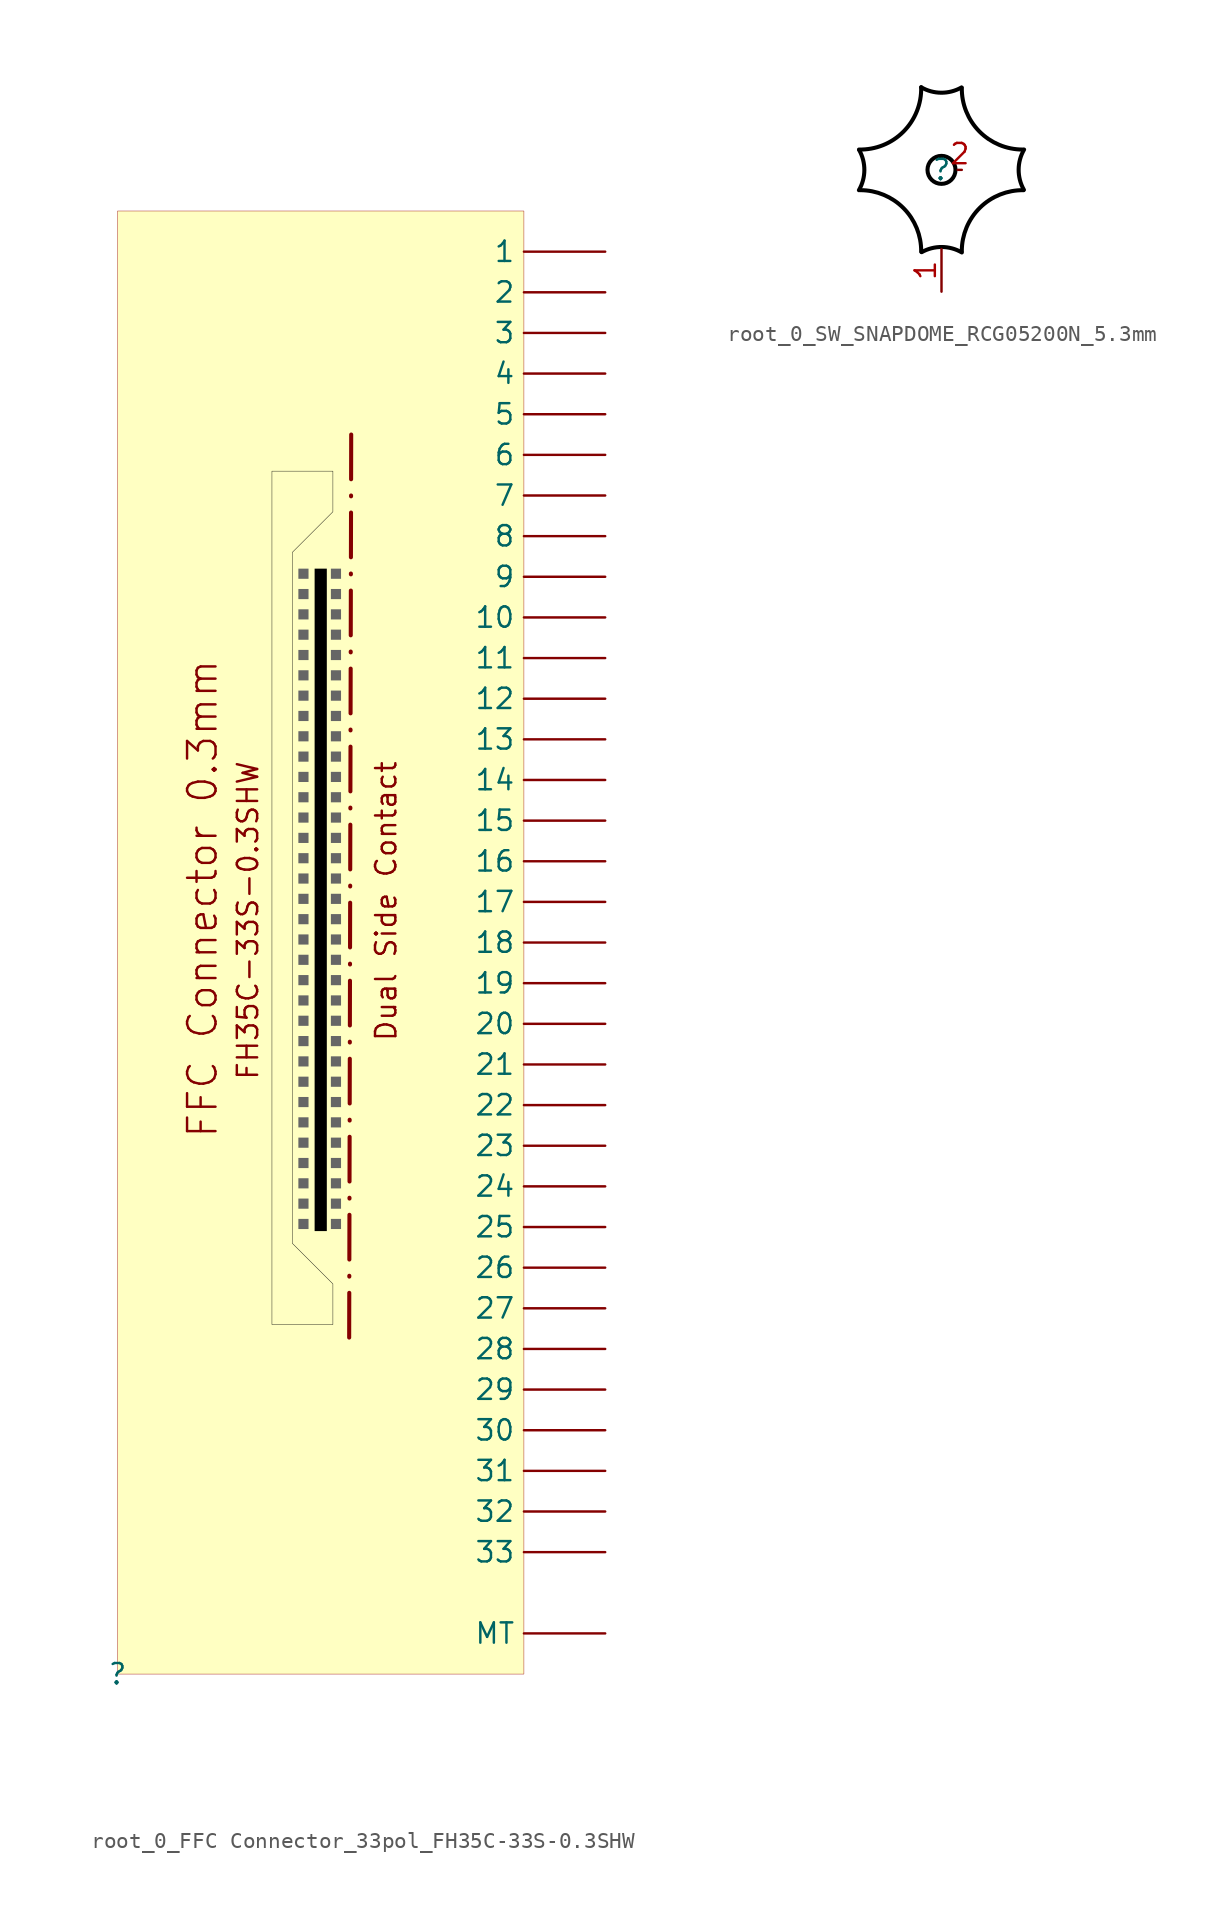
<source format=kicad_sym>
(kicad_symbol_lib
  (version 20231120)
  (generator "kicad_symbol_editor")
  (generator_version "8.0")
  (symbol "root_0_FFC Connector_33pol_FH35C-33S-0.3SHW"
    (property "Reference" ""
      (at 0 0 0)
      (effects (font (size 1.27 1.27))))
    (property "Value" ""
      (at 0 0 0)
      (effects (font (size 1.27 1.27))))
    (symbol "root_0_FFC Connector_33pol_FH35C-33S-0.3SHW_1_0"
      (polyline (pts (xy 14.605 77.47) (xy 14.478 20.828)) (stroke (width 0.254) (type dash_dot)) (fill (type none)))
      (polyline (pts (xy 13.462 72.644) (xy 10.922 70.104) (xy 10.922 26.924) (xy 13.462 24.384) (xy 13.462 21.844) (xy 9.652 21.844) (xy 9.652 75.184) (xy 13.462 75.184) (xy 13.462 72.644) (xy 13.462 72.644)) (stroke (width 0.025) (type solid) (color 0 0 0 1)) (fill (type background)))
      (rectangle (start 11.938 28.448) (end 11.303 27.813) (stroke (width -0.0001) (type solid) (color 102 102 102 1)) (fill (type outline)))
      (rectangle (start 11.938 29.718) (end 11.303 29.083) (stroke (width -0.0001) (type solid) (color 102 102 102 1)) (fill (type outline)))
      (rectangle (start 11.938 30.988) (end 11.303 30.353) (stroke (width -0.0001) (type solid) (color 102 102 102 1)) (fill (type outline)))
      (rectangle (start 11.938 32.258) (end 11.303 31.623) (stroke (width -0.0001) (type solid) (color 102 102 102 1)) (fill (type outline)))
      (rectangle (start 11.938 33.528) (end 11.303 32.893) (stroke (width -0.0001) (type solid) (color 102 102 102 1)) (fill (type outline)))
      (rectangle (start 11.938 34.798) (end 11.303 34.163) (stroke (width -0.0001) (type solid) (color 102 102 102 1)) (fill (type outline)))
      (rectangle (start 11.938 36.068) (end 11.303 35.433) (stroke (width -0.0001) (type solid) (color 102 102 102 1)) (fill (type outline)))
      (rectangle (start 11.938 37.338) (end 11.303 36.703) (stroke (width -0.0001) (type solid) (color 102 102 102 1)) (fill (type outline)))
      (rectangle (start 11.938 38.608) (end 11.303 37.973) (stroke (width -0.0001) (type solid) (color 102 102 102 1)) (fill (type outline)))
      (rectangle (start 11.938 39.878) (end 11.303 39.243) (stroke (width -0.0001) (type solid) (color 102 102 102 1)) (fill (type outline)))
      (rectangle (start 11.938 41.148) (end 11.303 40.513) (stroke (width -0.0001) (type solid) (color 102 102 102 1)) (fill (type outline)))
      (rectangle (start 11.938 42.418) (end 11.303 41.783) (stroke (width -0.0001) (type solid) (color 102 102 102 1)) (fill (type outline)))
      (rectangle (start 11.938 43.688) (end 11.303 43.053) (stroke (width -0.0001) (type solid) (color 102 102 102 1)) (fill (type outline)))
      (rectangle (start 11.938 44.958) (end 11.303 44.323) (stroke (width -0.0001) (type solid) (color 102 102 102 1)) (fill (type outline)))
      (rectangle (start 11.938 46.228) (end 11.303 45.593) (stroke (width -0.0001) (type solid) (color 102 102 102 1)) (fill (type outline)))
      (rectangle (start 11.938 47.498) (end 11.303 46.863) (stroke (width -0.0001) (type solid) (color 102 102 102 1)) (fill (type outline)))
      (rectangle (start 11.938 48.768) (end 11.303 48.133) (stroke (width -0.0001) (type solid) (color 102 102 102 1)) (fill (type outline)))
      (rectangle (start 11.938 50.038) (end 11.303 49.403) (stroke (width -0.0001) (type solid) (color 102 102 102 1)) (fill (type outline)))
      (rectangle (start 11.938 51.308) (end 11.303 50.673) (stroke (width -0.0001) (type solid) (color 102 102 102 1)) (fill (type outline)))
      (rectangle (start 11.938 52.578) (end 11.303 51.943) (stroke (width -0.0001) (type solid) (color 102 102 102 1)) (fill (type outline)))
      (rectangle (start 11.938 53.848) (end 11.303 53.213) (stroke (width -0.0001) (type solid) (color 102 102 102 1)) (fill (type outline)))
      (rectangle (start 11.938 55.118) (end 11.303 54.483) (stroke (width -0.0001) (type solid) (color 102 102 102 1)) (fill (type outline)))
      (rectangle (start 11.938 56.388) (end 11.303 55.753) (stroke (width -0.0001) (type solid) (color 102 102 102 1)) (fill (type outline)))
      (rectangle (start 11.938 57.658) (end 11.303 57.023) (stroke (width -0.0001) (type solid) (color 102 102 102 1)) (fill (type outline)))
      (rectangle (start 11.938 58.928) (end 11.303 58.293) (stroke (width -0.0001) (type solid) (color 102 102 102 1)) (fill (type outline)))
      (rectangle (start 11.938 60.198) (end 11.303 59.563) (stroke (width -0.0001) (type solid) (color 102 102 102 1)) (fill (type outline)))
      (rectangle (start 11.938 61.468) (end 11.303 60.833) (stroke (width -0.0001) (type solid) (color 102 102 102 1)) (fill (type outline)))
      (rectangle (start 11.938 62.738) (end 11.303 62.103) (stroke (width -0.0001) (type solid) (color 102 102 102 1)) (fill (type outline)))
      (rectangle (start 11.938 64.008) (end 11.303 63.373) (stroke (width -0.0001) (type solid) (color 102 102 102 1)) (fill (type outline)))
      (rectangle (start 11.938 65.278) (end 11.303 64.643) (stroke (width -0.0001) (type solid) (color 102 102 102 1)) (fill (type outline)))
      (rectangle (start 11.938 66.548) (end 11.303 65.913) (stroke (width -0.0001) (type solid) (color 102 102 102 1)) (fill (type outline)))
      (rectangle (start 11.938 67.818) (end 11.303 67.183) (stroke (width -0.0001) (type solid) (color 102 102 102 1)) (fill (type outline)))
      (rectangle (start 11.938 69.088) (end 11.303 68.453) (stroke (width -0.0001) (type solid) (color 102 102 102 1)) (fill (type outline)))
      (rectangle (start 13.081 69.088) (end 12.319 27.686) (stroke (width -0.0001) (type solid) (color 0 0 0 1)) (fill (type outline)))
      (rectangle (start 13.97 28.448) (end 13.335 27.813) (stroke (width -0.0001) (type solid) (color 102 102 102 1)) (fill (type outline)))
      (rectangle (start 13.97 29.718) (end 13.335 29.083) (stroke (width -0.0001) (type solid) (color 102 102 102 1)) (fill (type outline)))
      (rectangle (start 13.97 30.988) (end 13.335 30.353) (stroke (width -0.0001) (type solid) (color 102 102 102 1)) (fill (type outline)))
      (rectangle (start 13.97 32.258) (end 13.335 31.623) (stroke (width -0.0001) (type solid) (color 102 102 102 1)) (fill (type outline)))
      (rectangle (start 13.97 33.528) (end 13.335 32.893) (stroke (width -0.0001) (type solid) (color 102 102 102 1)) (fill (type outline)))
      (rectangle (start 13.97 34.798) (end 13.335 34.163) (stroke (width -0.0001) (type solid) (color 102 102 102 1)) (fill (type outline)))
      (rectangle (start 13.97 36.068) (end 13.335 35.433) (stroke (width -0.0001) (type solid) (color 102 102 102 1)) (fill (type outline)))
      (rectangle (start 13.97 37.338) (end 13.335 36.703) (stroke (width -0.0001) (type solid) (color 102 102 102 1)) (fill (type outline)))
      (rectangle (start 13.97 38.608) (end 13.335 37.973) (stroke (width -0.0001) (type solid) (color 102 102 102 1)) (fill (type outline)))
      (rectangle (start 13.97 39.878) (end 13.335 39.243) (stroke (width -0.0001) (type solid) (color 102 102 102 1)) (fill (type outline)))
      (rectangle (start 13.97 41.148) (end 13.335 40.513) (stroke (width -0.0001) (type solid) (color 102 102 102 1)) (fill (type outline)))
      (rectangle (start 13.97 42.418) (end 13.335 41.783) (stroke (width -0.0001) (type solid) (color 102 102 102 1)) (fill (type outline)))
      (rectangle (start 13.97 43.688) (end 13.335 43.053) (stroke (width -0.0001) (type solid) (color 102 102 102 1)) (fill (type outline)))
      (rectangle (start 13.97 44.958) (end 13.335 44.323) (stroke (width -0.0001) (type solid) (color 102 102 102 1)) (fill (type outline)))
      (rectangle (start 13.97 46.228) (end 13.335 45.593) (stroke (width -0.0001) (type solid) (color 102 102 102 1)) (fill (type outline)))
      (rectangle (start 13.97 47.498) (end 13.335 46.863) (stroke (width -0.0001) (type solid) (color 102 102 102 1)) (fill (type outline)))
      (rectangle (start 13.97 48.768) (end 13.335 48.133) (stroke (width -0.0001) (type solid) (color 102 102 102 1)) (fill (type outline)))
      (rectangle (start 13.97 50.038) (end 13.335 49.403) (stroke (width -0.0001) (type solid) (color 102 102 102 1)) (fill (type outline)))
      (rectangle (start 13.97 51.308) (end 13.335 50.673) (stroke (width -0.0001) (type solid) (color 102 102 102 1)) (fill (type outline)))
      (rectangle (start 13.97 52.578) (end 13.335 51.943) (stroke (width -0.0001) (type solid) (color 102 102 102 1)) (fill (type outline)))
      (rectangle (start 13.97 53.848) (end 13.335 53.213) (stroke (width -0.0001) (type solid) (color 102 102 102 1)) (fill (type outline)))
      (rectangle (start 13.97 55.118) (end 13.335 54.483) (stroke (width -0.0001) (type solid) (color 102 102 102 1)) (fill (type outline)))
      (rectangle (start 13.97 56.388) (end 13.335 55.753) (stroke (width -0.0001) (type solid) (color 102 102 102 1)) (fill (type outline)))
      (rectangle (start 13.97 57.658) (end 13.335 57.023) (stroke (width -0.0001) (type solid) (color 102 102 102 1)) (fill (type outline)))
      (rectangle (start 13.97 58.928) (end 13.335 58.293) (stroke (width -0.0001) (type solid) (color 102 102 102 1)) (fill (type outline)))
      (rectangle (start 13.97 60.198) (end 13.335 59.563) (stroke (width -0.0001) (type solid) (color 102 102 102 1)) (fill (type outline)))
      (rectangle (start 13.97 61.468) (end 13.335 60.833) (stroke (width -0.0001) (type solid) (color 102 102 102 1)) (fill (type outline)))
      (rectangle (start 13.97 62.738) (end 13.335 62.103) (stroke (width -0.0001) (type solid) (color 102 102 102 1)) (fill (type outline)))
      (rectangle (start 13.97 64.008) (end 13.335 63.373) (stroke (width -0.0001) (type solid) (color 102 102 102 1)) (fill (type outline)))
      (rectangle (start 13.97 65.278) (end 13.335 64.643) (stroke (width -0.0001) (type solid) (color 102 102 102 1)) (fill (type outline)))
      (rectangle (start 13.97 66.548) (end 13.335 65.913) (stroke (width -0.0001) (type solid) (color 102 102 102 1)) (fill (type outline)))
      (rectangle (start 13.97 67.818) (end 13.335 67.183) (stroke (width -0.0001) (type solid) (color 102 102 102 1)) (fill (type outline)))
      (rectangle (start 13.97 69.088) (end 13.335 68.453) (stroke (width -0.0001) (type solid) (color 102 102 102 1)) (fill (type outline)))
      (rectangle (start 25.4 91.44) (end 0 0) (stroke (width 0.025) (type solid) (color 152 0 0 1)) (fill (type background)))
      (text "Dual Side Contact" (at 17.526 57.15 900) (effects (font (size 1.27 1.27)) (justify right bottom)))
      (text "FFC Connector 0.3mm" (at 6.35 63.5 900) (effects (font (size 1.778 1.778)) (justify right bottom)))
      (text "FH35C-33S-0.3SHW" (at 8.89 57.15 900) (effects (font (size 1.27 1.27)) (justify right bottom)))
      (pin passive line (at 30.48 88.9 180) (length 5.08) (name "1" (effects (font (size 1.27 1.27)))) (number "1" (effects (font (size 0 0)))))
      (pin passive line (at 30.48 66.04 180) (length 5.08) (name "10" (effects (font (size 1.27 1.27)))) (number "10" (effects (font (size 0 0)))))
      (pin passive line (at 30.48 63.5 180) (length 5.08) (name "11" (effects (font (size 1.27 1.27)))) (number "11" (effects (font (size 0 0)))))
      (pin passive line (at 30.48 60.96 180) (length 5.08) (name "12" (effects (font (size 1.27 1.27)))) (number "12" (effects (font (size 0 0)))))
      (pin passive line (at 30.48 58.42 180) (length 5.08) (name "13" (effects (font (size 1.27 1.27)))) (number "13" (effects (font (size 0 0)))))
      (pin passive line (at 30.48 55.88 180) (length 5.08) (name "14" (effects (font (size 1.27 1.27)))) (number "14" (effects (font (size 0 0)))))
      (pin passive line (at 30.48 53.34 180) (length 5.08) (name "15" (effects (font (size 1.27 1.27)))) (number "15" (effects (font (size 0 0)))))
      (pin passive line (at 30.48 50.8 180) (length 5.08) (name "16" (effects (font (size 1.27 1.27)))) (number "16" (effects (font (size 0 0)))))
      (pin passive line (at 30.48 48.26 180) (length 5.08) (name "17" (effects (font (size 1.27 1.27)))) (number "17" (effects (font (size 0 0)))))
      (pin passive line (at 30.48 45.72 180) (length 5.08) (name "18" (effects (font (size 1.27 1.27)))) (number "18" (effects (font (size 0 0)))))
      (pin passive line (at 30.48 43.18 180) (length 5.08) (name "19" (effects (font (size 1.27 1.27)))) (number "19" (effects (font (size 0 0)))))
      (pin passive line (at 30.48 86.36 180) (length 5.08) (name "2" (effects (font (size 1.27 1.27)))) (number "2" (effects (font (size 0 0)))))
      (pin passive line (at 30.48 40.64 180) (length 5.08) (name "20" (effects (font (size 1.27 1.27)))) (number "20" (effects (font (size 0 0)))))
      (pin passive line (at 30.48 38.1 180) (length 5.08) (name "21" (effects (font (size 1.27 1.27)))) (number "21" (effects (font (size 0 0)))))
      (pin passive line (at 30.48 35.56 180) (length 5.08) (name "22" (effects (font (size 1.27 1.27)))) (number "22" (effects (font (size 0 0)))))
      (pin passive line (at 30.48 33.02 180) (length 5.08) (name "23" (effects (font (size 1.27 1.27)))) (number "23" (effects (font (size 0 0)))))
      (pin passive line (at 30.48 30.48 180) (length 5.08) (name "24" (effects (font (size 1.27 1.27)))) (number "24" (effects (font (size 0 0)))))
      (pin passive line (at 30.48 27.94 180) (length 5.08) (name "25" (effects (font (size 1.27 1.27)))) (number "25" (effects (font (size 0 0)))))
      (pin passive line (at 30.48 25.4 180) (length 5.08) (name "26" (effects (font (size 1.27 1.27)))) (number "26" (effects (font (size 0 0)))))
      (pin passive line (at 30.48 22.86 180) (length 5.08) (name "27" (effects (font (size 1.27 1.27)))) (number "27" (effects (font (size 0 0)))))
      (pin passive line (at 30.48 20.32 180) (length 5.08) (name "28" (effects (font (size 1.27 1.27)))) (number "28" (effects (font (size 0 0)))))
      (pin passive line (at 30.48 17.78 180) (length 5.08) (name "29" (effects (font (size 1.27 1.27)))) (number "29" (effects (font (size 0 0)))))
      (pin passive line (at 30.48 83.82 180) (length 5.08) (name "3" (effects (font (size 1.27 1.27)))) (number "3" (effects (font (size 0 0)))))
      (pin passive line (at 30.48 15.24 180) (length 5.08) (name "30" (effects (font (size 1.27 1.27)))) (number "30" (effects (font (size 0 0)))))
      (pin passive line (at 30.48 12.7 180) (length 5.08) (name "31" (effects (font (size 1.27 1.27)))) (number "31" (effects (font (size 0 0)))))
      (pin passive line (at 30.48 10.16 180) (length 5.08) (name "32" (effects (font (size 1.27 1.27)))) (number "32" (effects (font (size 0 0)))))
      (pin passive line (at 30.48 7.62 180) (length 5.08) (name "33" (effects (font (size 1.27 1.27)))) (number "33" (effects (font (size 0 0)))))
      (pin passive line (at 30.48 81.28 180) (length 5.08) (name "4" (effects (font (size 1.27 1.27)))) (number "4" (effects (font (size 0 0)))))
      (pin passive line (at 30.48 78.74 180) (length 5.08) (name "5" (effects (font (size 1.27 1.27)))) (number "5" (effects (font (size 0 0)))))
      (pin passive line (at 30.48 76.2 180) (length 5.08) (name "6" (effects (font (size 1.27 1.27)))) (number "6" (effects (font (size 0 0)))))
      (pin passive line (at 30.48 73.66 180) (length 5.08) (name "7" (effects (font (size 1.27 1.27)))) (number "7" (effects (font (size 0 0)))))
      (pin passive line (at 30.48 71.12 180) (length 5.08) (name "8" (effects (font (size 1.27 1.27)))) (number "8" (effects (font (size 0 0)))))
      (pin passive line (at 30.48 68.58 180) (length 5.08) (name "9" (effects (font (size 1.27 1.27)))) (number "9" (effects (font (size 0 0)))))
      (pin passive line (at 30.48 2.54 180) (length 5.08) (name "MT" (effects (font (size 1.27 1.27)))) (number "MT" (effects (font (size 0 0)))))))
  (symbol "root_0_SW_SNAPDOME_RCG05200N_5.3mm"
    (property "Reference" ""
      (at 0 0 0)
      (effects (font (size 1.27 1.27))))
    (property "Value" ""
      (at 0 0 0)
      (effects (font (size 1.27 1.27))))
    (symbol "root_0_SW_SNAPDOME_RCG05200N_5.3mm_1_0"
      (arc (start -5.1674 -1.2719) (mid -4.8261 -0.0185) (end -5.1491 1.2398) (stroke (width 0.254) (type solid) (color 0 0 0 1)) (fill (type none)))
      (arc (start -5.1617 1.2709) (mid -2.3835 2.3884) (end -1.2711 5.1687) (stroke (width 0.254) (type solid) (color 0 0 0 1)) (fill (type none)))
      (arc (start -4.6594 -1.2719) (mid -4.3181 -0.0185) (end -4.6411 1.2398) (stroke (width -0.0001) (type solid) (color 0 0 0 1)) (fill (type none)))
      (arc (start -1.2719 4.6594) (mid -0.0185 4.3181) (end 1.2398 4.6411) (stroke (width -0.0001) (type solid) (color 0 0 0 1)) (fill (type none)))
      (arc (start -1.2719 5.1674) (mid -0.0185 4.8261) (end 1.2398 5.1491) (stroke (width 0.254) (type solid) (color 0 0 0 1)) (fill (type none)))
      (arc (start -1.2702 -5.1224) (mid -2.372 -2.3998) (end -5.0831 -1.27) (stroke (width 0.254) (type solid) (color 0 0 0 1)) (fill (type none)))
      (circle (center 0 0) (radius 0.876) (stroke (width 0.254) (type solid) (color 0 0 0 1)) (fill (type none)))
      (arc (start 1.2705 5.1443) (mid 2.3643 2.4076) (end 5.0831 1.27) (stroke (width 0.254) (type solid) (color 0 0 0 1)) (fill (type none)))
      (arc (start 1.2719 -5.1674) (mid 0.0185 -4.8261) (end -1.2398 -5.1491) (stroke (width 0.254) (type solid) (color 0 0 0 1)) (fill (type none)))
      (arc (start 1.2719 -4.6594) (mid 0.0185 -4.3181) (end -1.2398 -4.6411) (stroke (width -0.0001) (type solid) (color 0 0 0 1)) (fill (type none)))
      (arc (start 4.6594 1.2719) (mid 4.3181 0.0185) (end 4.6411 -1.2398) (stroke (width -0.0001) (type solid) (color 0 0 0 1)) (fill (type none)))
      (arc (start 5.1379 -1.2704) (mid 2.4053 -2.3666) (end 1.27 -5.0831) (stroke (width 0.254) (type solid) (color 0 0 0 1)) (fill (type none)))
      (arc (start 5.1674 1.2719) (mid 4.8261 0.0185) (end 5.1491 -1.2398) (stroke (width 0.254) (type solid) (color 0 0 0 1)) (fill (type none)))
      (pin passive line (at 0 -7.62 90) (length 2.667) (name "" (effects (font (size 1.27 1.27)))) (number "1" (effects (font (size 1.27 1.27)))))
      (pin passive line (at 1.27 0 180) (length 0.254) (name "" (effects (font (size 1.27 1.27)))) (number "2" (effects (font (size 1.27 1.27))))))))
</source>
